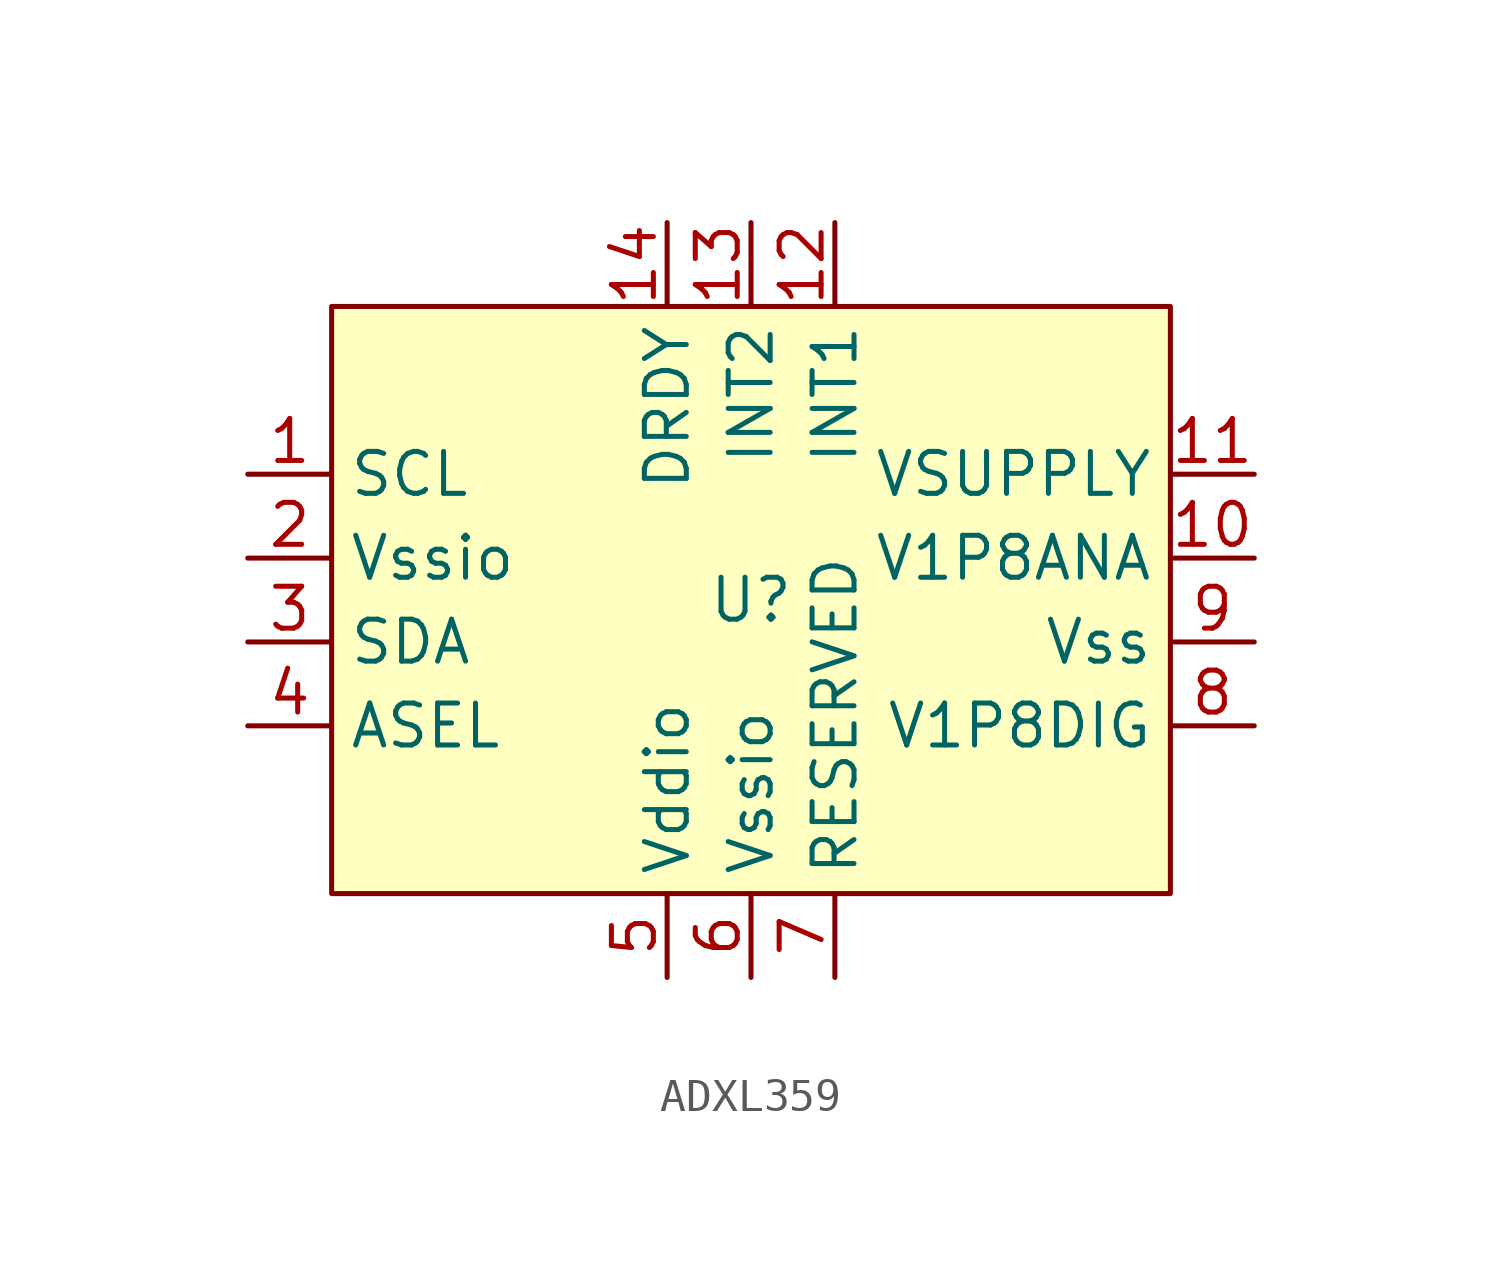
<source format=kicad_sym>
(kicad_symbol_lib
  (version 20231120)
  (generator "kicad_symbol_editor")
  (generator_version "8.0")
  (symbol "ADXL359"
    (property "Reference" "U"
      (at 0 0 0)
      (effects (font (size 1.27 1.27))))
    (property "Value" ""
      (at 0 -1.27 0)
      (effects (font (size 1.27 1.27))))
    (symbol "ADXL359_1_1"
      (polyline (pts (xy -12.7 8.89) (xy 12.7 8.89) (xy 12.7 -8.89) (xy -12.7 -8.89) (xy -12.7 8.89)) (stroke (width 0) (type default)) (fill (type background)))
      (pin bidirectional line (at -15.24 3.81 0) (length 2.54) (name "SCL" (effects (font (size 1.27 1.27)))) (number "1" (effects (font (size 1.27 1.27)))))
      (pin power_in line (at 15.24 1.27 180) (length 2.54) (name "V1P8ANA" (effects (font (size 1.27 1.27)))) (number "10" (effects (font (size 1.27 1.27)))))
      (pin power_in line (at 15.24 3.81 180) (length 2.54) (name "VSUPPLY" (effects (font (size 1.27 1.27)))) (number "11" (effects (font (size 1.27 1.27)))))
      (pin input line (at 2.54 11.43 270) (length 2.54) (name "INT1" (effects (font (size 1.27 1.27)))) (number "12" (effects (font (size 1.27 1.27)))))
      (pin input line (at 0 11.43 270) (length 2.54) (name "INT2" (effects (font (size 1.27 1.27)))) (number "13" (effects (font (size 1.27 1.27)))))
      (pin output line (at -2.54 11.43 270) (length 2.54) (name "DRDY" (effects (font (size 1.27 1.27)))) (number "14" (effects (font (size 1.27 1.27)))))
      (pin input line (at -15.24 1.27 0) (length 2.54) (name "Vssio" (effects (font (size 1.27 1.27)))) (number "2" (effects (font (size 1.27 1.27)))))
      (pin bidirectional line (at -15.24 -1.27 0) (length 2.54) (name "SDA" (effects (font (size 1.27 1.27)))) (number "3" (effects (font (size 1.27 1.27)))))
      (pin bidirectional line (at -15.24 -3.81 0) (length 2.54) (name "ASEL" (effects (font (size 1.27 1.27)))) (number "4" (effects (font (size 1.27 1.27)))))
      (pin power_in line (at -2.54 -11.43 90) (length 2.54) (name "Vddio" (effects (font (size 1.27 1.27)))) (number "5" (effects (font (size 1.27 1.27)))))
      (pin passive line (at 0 -11.43 90) (length 2.54) (name "Vssio" (effects (font (size 1.27 1.27)))) (number "6" (effects (font (size 1.27 1.27)))))
      (pin passive line (at 2.54 -11.43 90) (length 2.54) (name "RESERVED" (effects (font (size 1.27 1.27)))) (number "7" (effects (font (size 1.27 1.27)))))
      (pin power_in line (at 15.24 -3.81 180) (length 2.54) (name "V1P8DIG" (effects (font (size 1.27 1.27)))) (number "8" (effects (font (size 1.27 1.27)))))
      (pin passive line (at 15.24 -1.27 180) (length 2.54) (name "Vss" (effects (font (size 1.27 1.27)))) (number "9" (effects (font (size 1.27 1.27))))))))
</source>
